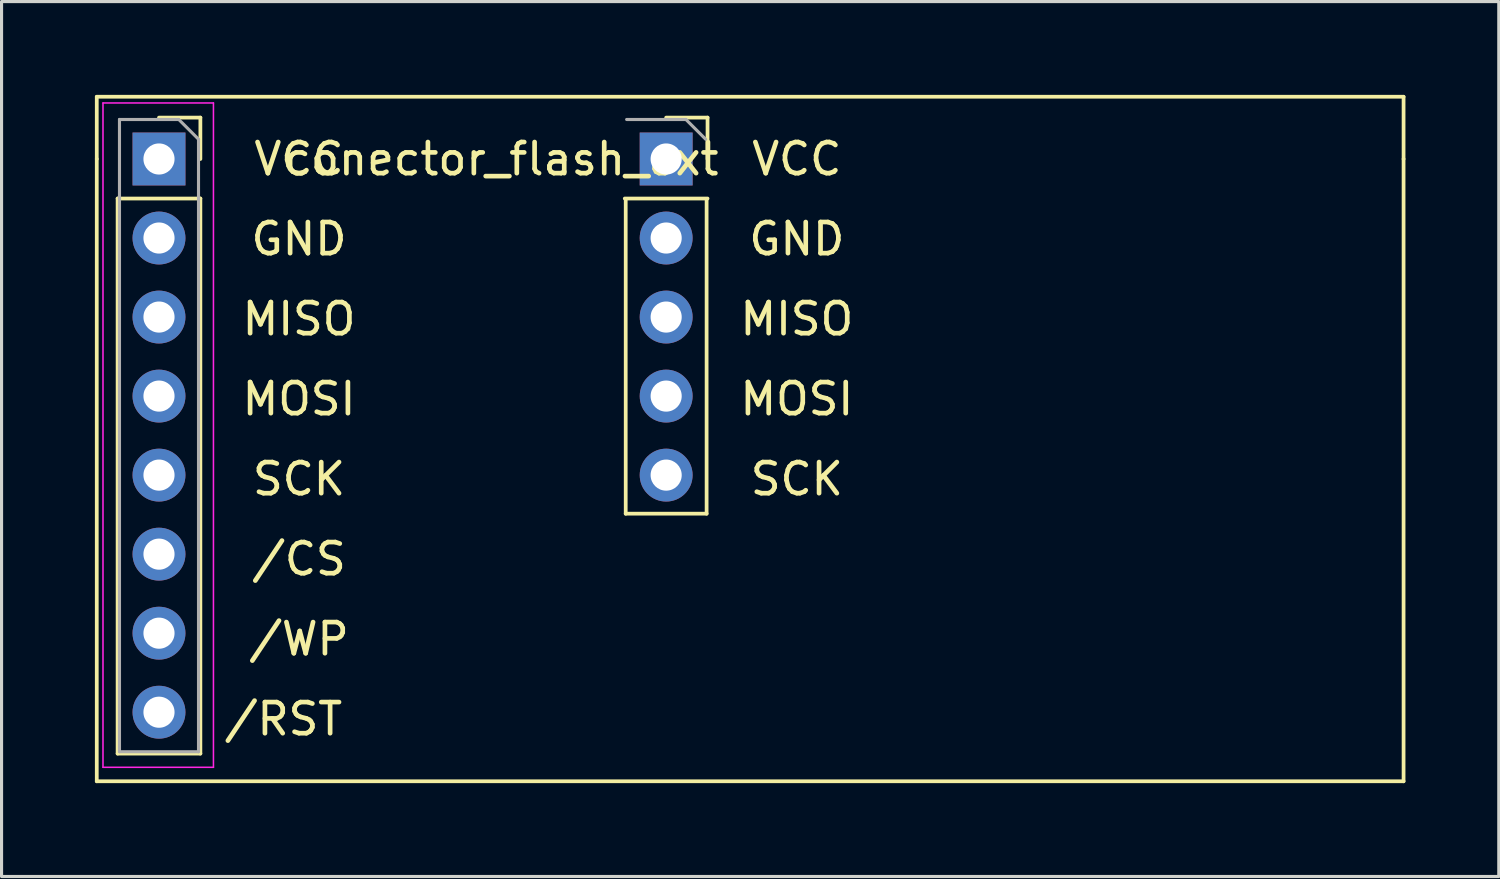
<source format=kicad_pcb>
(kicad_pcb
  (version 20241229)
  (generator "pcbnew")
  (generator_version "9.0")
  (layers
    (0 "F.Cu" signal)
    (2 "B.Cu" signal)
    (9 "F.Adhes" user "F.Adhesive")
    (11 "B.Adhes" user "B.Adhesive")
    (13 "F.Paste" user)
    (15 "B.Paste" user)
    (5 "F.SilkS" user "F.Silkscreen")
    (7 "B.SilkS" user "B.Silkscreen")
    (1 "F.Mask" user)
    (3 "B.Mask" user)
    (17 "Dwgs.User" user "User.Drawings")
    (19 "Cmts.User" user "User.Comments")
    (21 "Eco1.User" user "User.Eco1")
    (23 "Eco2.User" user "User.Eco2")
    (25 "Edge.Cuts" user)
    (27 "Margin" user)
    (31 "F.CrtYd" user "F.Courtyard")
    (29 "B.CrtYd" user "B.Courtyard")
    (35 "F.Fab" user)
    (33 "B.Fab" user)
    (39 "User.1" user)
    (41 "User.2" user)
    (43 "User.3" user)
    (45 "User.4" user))
  (footprint "conector_flash_ext"
    (layer "F.Cu")
    (at 2.06 2.06)
    (property "Reference" "conector_flash_ext" (at 11 0 0) (layer "F.SilkS") (effects (font (size 1 1) (thickness 0.15))))
    (attr through_hole)
    (fp_line (start -2 -2) (end 40 -2) (stroke (width 0.12) (type solid)) (layer "F.SilkS"))
    (fp_line (start -2 0) (end -2 -2) (stroke (width 0.12) (type solid)) (layer "F.SilkS"))
    (fp_line (start -2 0) (end -2 20) (stroke (width 0.12) (type solid)) (layer "F.SilkS"))
    (fp_line (start -2 20) (end 40 20) (stroke (width 0.12) (type solid)) (layer "F.SilkS"))
    (fp_line (start -1.33 1.27) (end -1.33 19.11) (stroke (width 0.12) (type solid)) (layer "F.SilkS"))
    (fp_line (start -1.33 1.27) (end 1.33 1.27) (stroke (width 0.12) (type solid)) (layer "F.SilkS"))
    (fp_line (start -1.33 19.11) (end 1.33 19.11) (stroke (width 0.12) (type solid)) (layer "F.SilkS"))
    (fp_line (start 0 -1.33) (end 1.33 -1.33) (stroke (width 0.12) (type solid)) (layer "F.SilkS"))
    (fp_line (start 1.33 -1.33) (end 1.33 0) (stroke (width 0.12) (type solid)) (layer "F.SilkS"))
    (fp_line (start 1.33 1.27) (end 1.33 19.11) (stroke (width 0.12) (type solid)) (layer "F.SilkS"))
    (fp_line (start 14.97 1.27) (end 17.63 1.27) (stroke (width 0.12) (type solid)) (layer "F.SilkS"))
    (fp_line (start 15 11.4) (end 15 1.3) (stroke (width 0.12) (type solid)) (layer "F.SilkS"))
    (fp_line (start 15 11.4) (end 17.6 11.4) (stroke (width 0.12) (type solid)) (layer "F.SilkS"))
    (fp_line (start 16.3 -1.33) (end 17.63 -1.33) (stroke (width 0.12) (type solid)) (layer "F.SilkS"))
    (fp_line (start 17.6 1.3) (end 17.6 11.4) (stroke (width 0.12) (type solid)) (layer "F.SilkS"))
    (fp_line (start 17.63 -1.33) (end 17.63 0) (stroke (width 0.12) (type solid)) (layer "F.SilkS"))
    (fp_line (start 40 -2) (end 40 0) (stroke (width 0.12) (type solid)) (layer "F.SilkS"))
    (fp_line (start 40 20) (end 40 0) (stroke (width 0.12) (type solid)) (layer "F.SilkS"))
    (fp_line (start -1.8 -1.8) (end 1.75 -1.8) (stroke (width 0.05) (type solid)) (layer "F.CrtYd"))
    (fp_line (start -1.8 19.55) (end -1.8 -1.8) (stroke (width 0.05) (type solid)) (layer "F.CrtYd"))
    (fp_line (start 1.75 -1.8) (end 1.75 19.55) (stroke (width 0.05) (type solid)) (layer "F.CrtYd"))
    (fp_line (start 1.75 19.55) (end -1.8 19.55) (stroke (width 0.05) (type solid)) (layer "F.CrtYd"))
    (fp_line (start -1.27 -1.27) (end 0.635 -1.27) (stroke (width 0.1) (type solid)) (layer "F.Fab"))
    (fp_line (start -1.27 19.05) (end -1.27 -1.27) (stroke (width 0.1) (type solid)) (layer "F.Fab"))
    (fp_line (start 0.635 -1.27) (end 1.27 -0.635) (stroke (width 0.1) (type solid)) (layer "F.Fab"))
    (fp_line (start 1.27 -0.635) (end 1.27 19.05) (stroke (width 0.1) (type solid)) (layer "F.Fab"))
    (fp_line (start 1.27 19.05) (end -1.27 19.05) (stroke (width 0.1) (type solid)) (layer "F.Fab"))
    (fp_line (start 15.03 -1.27) (end 16.935 -1.27) (stroke (width 0.1) (type solid)) (layer "F.Fab"))
    (fp_line (start 16.935 -1.27) (end 17.57 -0.635) (stroke (width 0.1) (type solid)) (layer "F.Fab"))
    (fp_text user "GND" (at 20.5 2.571 0) (layer "F.SilkS") (effects (font (size 1 1) (thickness 0.15))))
    (fp_text user "VCC" (at 4.5 0 0) (layer "F.SilkS") (effects (font (size 1 1) (thickness 0.15))))
    (fp_text user "MISO" (at 20.5 5.143 0) (layer "F.SilkS") (effects (font (size 1 1) (thickness 0.15))))
    (fp_text user "/RST" (at 4 18 0) (layer "F.SilkS") (effects (font (size 1 1) (thickness 0.15))))
    (fp_text user "/CS" (at 4.5 12.857 0) (layer "F.SilkS") (effects (font (size 1 1) (thickness 0.15))))
    (fp_text user "/WP" (at 4.5 15.429 0) (layer "F.SilkS") (effects (font (size 1 1) (thickness 0.15))))
    (fp_text user "MISO" (at 4.5 5.143 0) (layer "F.SilkS") (effects (font (size 1 1) (thickness 0.15))))
    (fp_text user "MOSI" (at 4.5 7.714 0) (layer "F.SilkS") (effects (font (size 1 1) (thickness 0.15))))
    (fp_text user "MOSI" (at 20.5 7.714 0) (layer "F.SilkS") (effects (font (size 1 1) (thickness 0.15))))
    (fp_text user "SCK" (at 4.5 10.286 0) (layer "F.SilkS") (effects (font (size 1 1) (thickness 0.15))))
    (fp_text user "GND" (at 4.5 2.571 0) (layer "F.SilkS") (effects (font (size 1 1) (thickness 0.15))))
    (fp_text user "VCC" (at 20.5 0 0) (layer "F.SilkS") (effects (font (size 1 1) (thickness 0.15))))
    (fp_text user "SCK" (at 20.5 10.286 0) (layer "F.SilkS") (effects (font (size 1 1) (thickness 0.15))))
    (pad "1" thru_hole rect (at 0 0) (size 1.7 1.7) (drill 1) (layers "*.Cu" "*.Mask"))
    (pad "1" thru_hole rect (at 16.3 0) (size 1.7 1.7) (drill 1) (layers "*.Cu" "*.Mask"))
    (pad "2" thru_hole oval (at 0 2.54) (size 1.7 1.7) (drill 1) (layers "*.Cu" "*.Mask"))
    (pad "2" thru_hole oval (at 16.3 2.54) (size 1.7 1.7) (drill 1) (layers "*.Cu" "*.Mask"))
    (pad "3" thru_hole oval (at 0 5.08) (size 1.7 1.7) (drill 1) (layers "*.Cu" "*.Mask"))
    (pad "3" thru_hole oval (at 16.3 5.08) (size 1.7 1.7) (drill 1) (layers "*.Cu" "*.Mask"))
    (pad "4" thru_hole oval (at 0 7.62) (size 1.7 1.7) (drill 1) (layers "*.Cu" "*.Mask"))
    (pad "4" thru_hole oval (at 16.3 7.62) (size 1.7 1.7) (drill 1) (layers "*.Cu" "*.Mask"))
    (pad "5" thru_hole oval (at 0 10.16) (size 1.7 1.7) (drill 1) (layers "*.Cu" "*.Mask"))
    (pad "5" thru_hole oval (at 16.3 10.16) (size 1.7 1.7) (drill 1) (layers "*.Cu" "*.Mask"))
    (pad "6" thru_hole oval (at 0 12.7) (size 1.7 1.7) (drill 1) (layers "*.Cu" "*.Mask"))
    (pad "7" thru_hole oval (at 0 15.24) (size 1.7 1.7) (drill 1) (layers "*.Cu" "*.Mask"))
    (pad "8" thru_hole oval (at 0 17.78) (size 1.7 1.7) (drill 1) (layers "*.Cu" "*.Mask")))
  (gr_rect
    (start -3 -3)
    (end 45.12 25.12)
    (stroke (width 0.1) (type default))
    (fill no)
    (layer "Edge.Cuts")))
</source>
